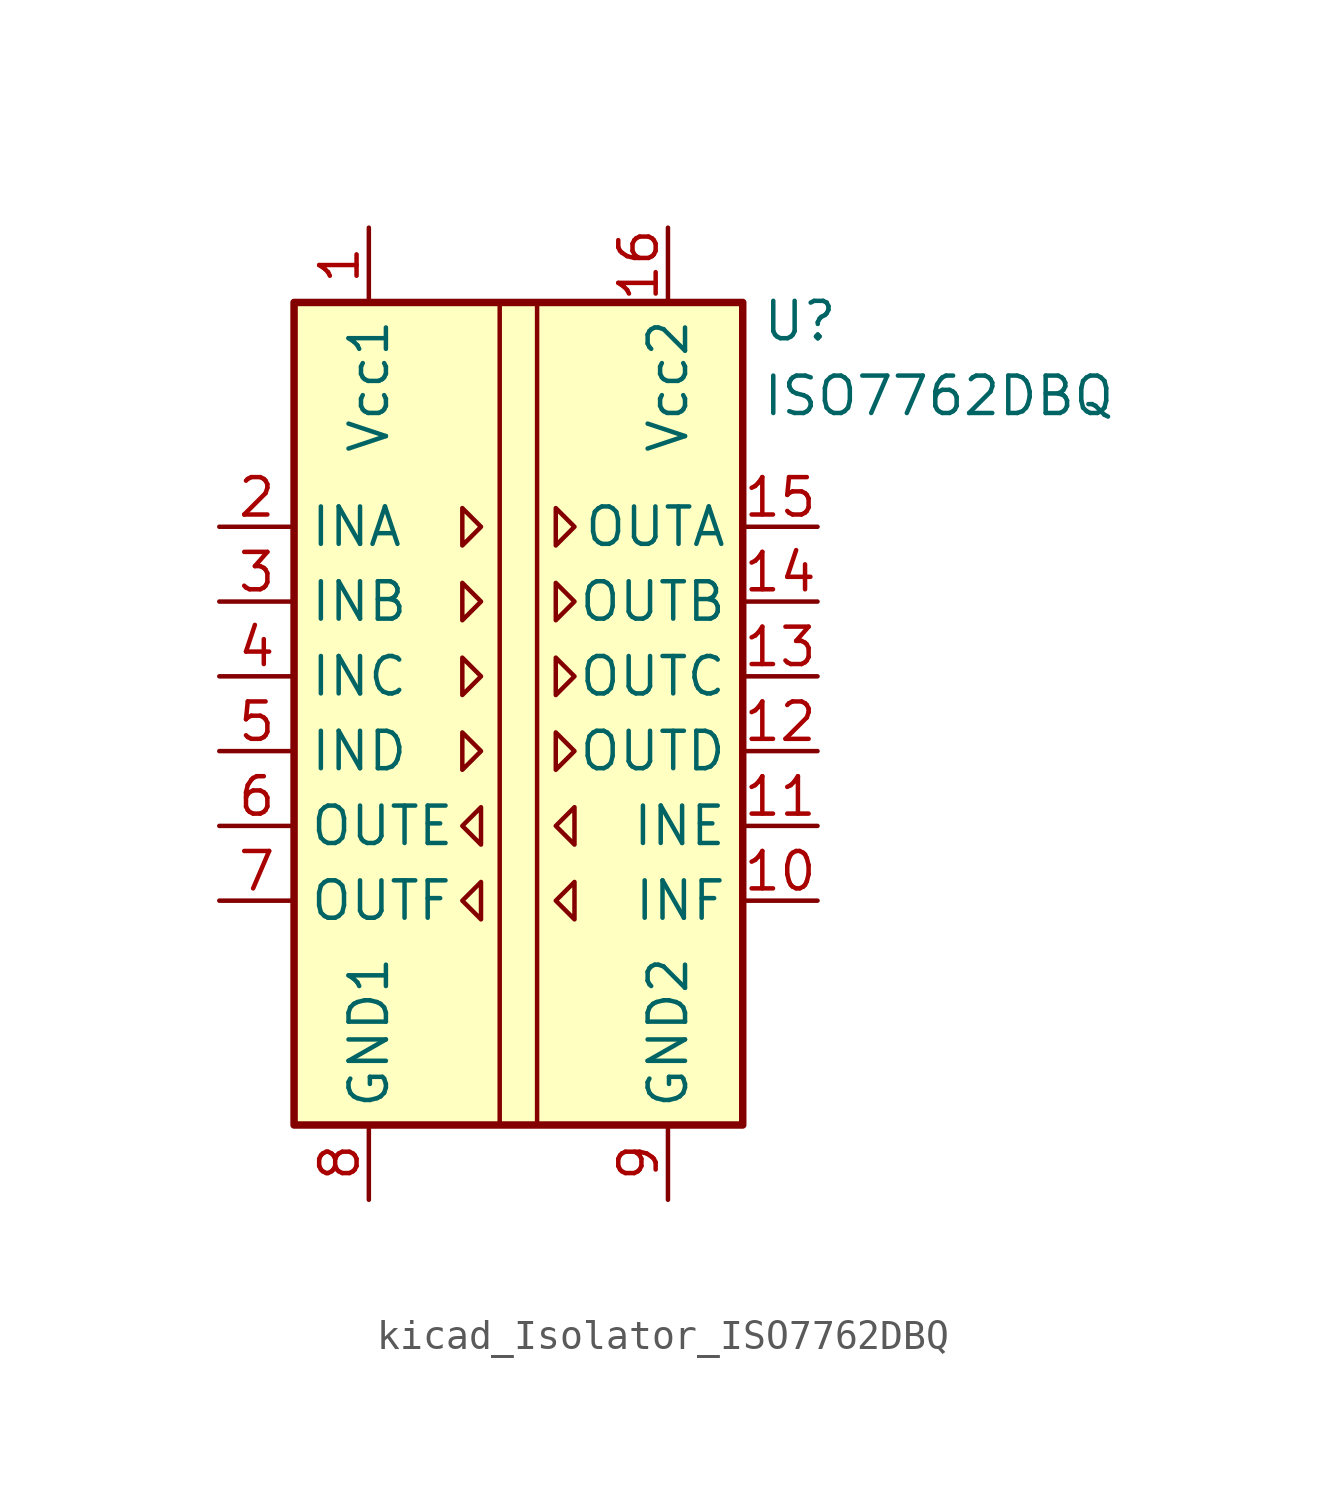
<source format=kicad_sym>
(kicad_symbol_lib
  (version 20220914)
  (generator kicad_symbol_editor)
  (symbol "kicad_Isolator_ISO7762DBQ"
    (property "Reference" "U"
      (at 8.255 14.605 0)
      (effects (font (size 1.27 1.27)) (justify left)))
    (property "Value" "ISO7762DBQ"
      (at 8.255 12.065 0)
      (effects (font (size 1.27 1.27)) (justify left)))
    (symbol "kicad_Isolator_ISO7762DBQ_0_1"
      (rectangle (start -7.62 15.24) (end 7.62 -12.7) (stroke (width 0.254) (type default)) (fill (type background)))
      (polyline (pts (xy -0.635 15.24) (xy -0.635 -12.7)) (stroke (width 0) (type default)) (fill (type none)))
      (polyline (pts (xy 0.635 15.24) (xy 0.635 -12.7)) (stroke (width 0) (type default)) (fill (type none)))
      (polyline (pts (xy -1.905 8.255) (xy -1.27 7.62) (xy -1.905 6.985) (xy -1.905 8.255)) (stroke (width 0) (type default)) (fill (type none)))
      (polyline (pts (xy 1.27 8.255) (xy 1.905 7.62) (xy 1.27 6.985) (xy 1.27 8.255)) (stroke (width 0) (type default)) (fill (type none))))
    (symbol "kicad_Isolator_ISO7762DBQ_1_1"
      (polyline (pts (xy -1.905 0.635) (xy -1.27 0) (xy -1.905 -0.635) (xy -1.905 0.635)) (stroke (width 0) (type default)) (fill (type none)))
      (polyline (pts (xy -1.905 3.175) (xy -1.27 2.54) (xy -1.905 1.905) (xy -1.905 3.175)) (stroke (width 0) (type default)) (fill (type none)))
      (polyline (pts (xy -1.905 5.715) (xy -1.27 5.08) (xy -1.905 4.445) (xy -1.905 5.715)) (stroke (width 0) (type default)) (fill (type none)))
      (polyline (pts (xy -1.27 -4.445) (xy -1.905 -5.08) (xy -1.27 -5.715) (xy -1.27 -4.445)) (stroke (width 0) (type default)) (fill (type none)))
      (polyline (pts (xy -1.27 -1.905) (xy -1.905 -2.54) (xy -1.27 -3.175) (xy -1.27 -1.905)) (stroke (width 0) (type default)) (fill (type none)))
      (polyline (pts (xy 1.27 0.635) (xy 1.905 0) (xy 1.27 -0.635) (xy 1.27 0.635)) (stroke (width 0) (type default)) (fill (type none)))
      (polyline (pts (xy 1.27 3.175) (xy 1.905 2.54) (xy 1.27 1.905) (xy 1.27 3.175)) (stroke (width 0) (type default)) (fill (type none)))
      (polyline (pts (xy 1.27 5.715) (xy 1.905 5.08) (xy 1.27 4.445) (xy 1.27 5.715)) (stroke (width 0) (type default)) (fill (type none)))
      (polyline (pts (xy 1.905 -4.445) (xy 1.27 -5.08) (xy 1.905 -5.715) (xy 1.905 -4.445)) (stroke (width 0) (type default)) (fill (type none)))
      (polyline (pts (xy 1.905 -1.905) (xy 1.27 -2.54) (xy 1.905 -3.175) (xy 1.905 -1.905)) (stroke (width 0) (type default)) (fill (type none)))
      (pin power_in line (at -5.08 17.78 270) (length 2.54) (name "Vcc1" (effects (font (size 1.27 1.27)))) (number "1" (effects (font (size 1.27 1.27)))))
      (pin input line (at 10.16 -5.08 180) (length 2.54) (name "INF" (effects (font (size 1.27 1.27)))) (number "10" (effects (font (size 1.27 1.27)))))
      (pin input line (at 10.16 -2.54 180) (length 2.54) (name "INE" (effects (font (size 1.27 1.27)))) (number "11" (effects (font (size 1.27 1.27)))))
      (pin output line (at 10.16 0 180) (length 2.54) (name "OUTD" (effects (font (size 1.27 1.27)))) (number "12" (effects (font (size 1.27 1.27)))))
      (pin output line (at 10.16 2.54 180) (length 2.54) (name "OUTC" (effects (font (size 1.27 1.27)))) (number "13" (effects (font (size 1.27 1.27)))))
      (pin output line (at 10.16 5.08 180) (length 2.54) (name "OUTB" (effects (font (size 1.27 1.27)))) (number "14" (effects (font (size 1.27 1.27)))))
      (pin output line (at 10.16 7.62 180) (length 2.54) (name "OUTA" (effects (font (size 1.27 1.27)))) (number "15" (effects (font (size 1.27 1.27)))))
      (pin power_in line (at 5.08 17.78 270) (length 2.54) (name "Vcc2" (effects (font (size 1.27 1.27)))) (number "16" (effects (font (size 1.27 1.27)))))
      (pin input line (at -10.16 7.62 0) (length 2.54) (name "INA" (effects (font (size 1.27 1.27)))) (number "2" (effects (font (size 1.27 1.27)))))
      (pin input line (at -10.16 5.08 0) (length 2.54) (name "INB" (effects (font (size 1.27 1.27)))) (number "3" (effects (font (size 1.27 1.27)))))
      (pin input line (at -10.16 2.54 0) (length 2.54) (name "INC" (effects (font (size 1.27 1.27)))) (number "4" (effects (font (size 1.27 1.27)))))
      (pin input line (at -10.16 0 0) (length 2.54) (name "IND" (effects (font (size 1.27 1.27)))) (number "5" (effects (font (size 1.27 1.27)))))
      (pin output line (at -10.16 -2.54 0) (length 2.54) (name "OUTE" (effects (font (size 1.27 1.27)))) (number "6" (effects (font (size 1.27 1.27)))))
      (pin output line (at -10.16 -5.08 0) (length 2.54) (name "OUTF" (effects (font (size 1.27 1.27)))) (number "7" (effects (font (size 1.27 1.27)))))
      (pin power_in line (at -5.08 -15.24 90) (length 2.54) (name "GND1" (effects (font (size 1.27 1.27)))) (number "8" (effects (font (size 1.27 1.27)))))
      (pin power_in line (at 5.08 -15.24 90) (length 2.54) (name "GND2" (effects (font (size 1.27 1.27)))) (number "9" (effects (font (size 1.27 1.27))))))))
</source>
